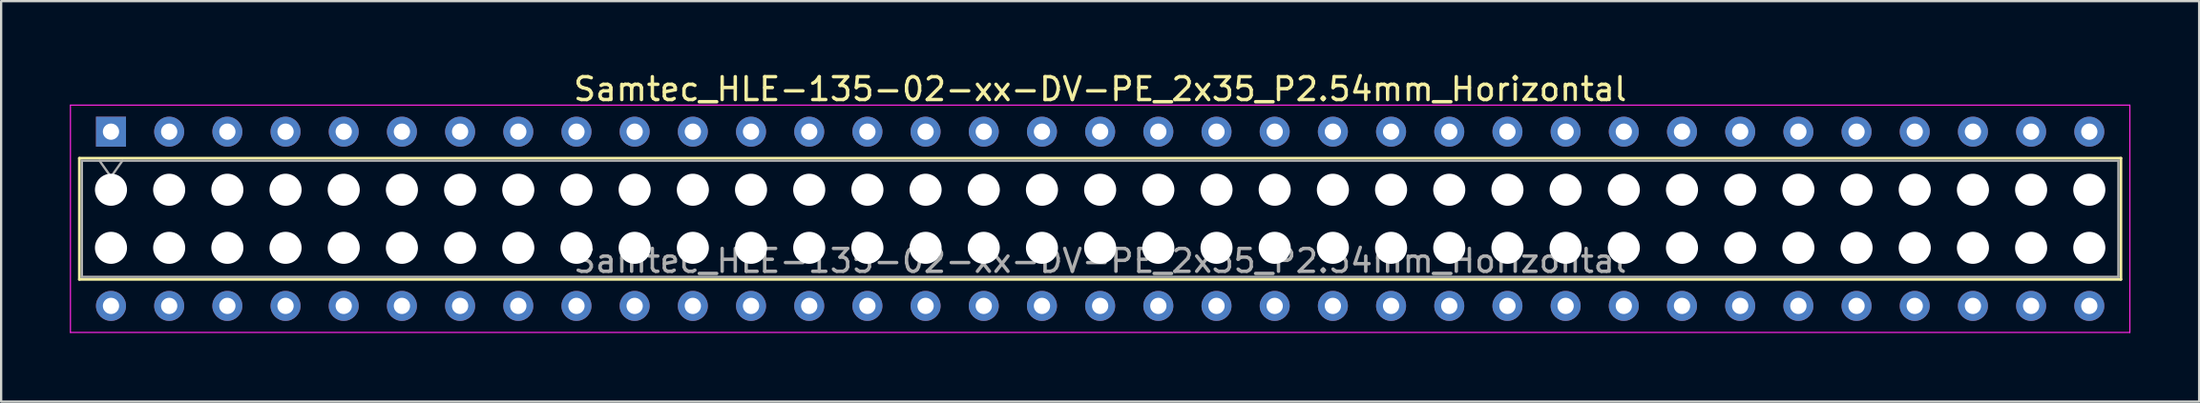
<source format=kicad_pcb>
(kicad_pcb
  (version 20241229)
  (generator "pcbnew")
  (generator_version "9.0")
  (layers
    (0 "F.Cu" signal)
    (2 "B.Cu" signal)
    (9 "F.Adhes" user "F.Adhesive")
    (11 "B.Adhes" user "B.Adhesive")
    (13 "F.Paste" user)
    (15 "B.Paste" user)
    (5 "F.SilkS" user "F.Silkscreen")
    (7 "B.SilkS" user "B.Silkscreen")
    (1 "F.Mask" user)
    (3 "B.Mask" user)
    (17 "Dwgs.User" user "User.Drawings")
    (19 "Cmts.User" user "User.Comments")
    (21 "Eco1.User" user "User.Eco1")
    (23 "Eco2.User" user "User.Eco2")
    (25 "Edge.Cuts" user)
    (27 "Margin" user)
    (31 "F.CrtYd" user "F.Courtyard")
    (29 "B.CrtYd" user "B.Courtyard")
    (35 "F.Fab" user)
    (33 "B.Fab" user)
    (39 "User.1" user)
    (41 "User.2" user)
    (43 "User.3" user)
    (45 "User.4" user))
  (footprint "Samtec_HLE-135-02-xx-DV-PE_2x35_P2.54mm_Horizontal"
    (layer "F.Cu")
    (at 1.795 2.708)
    (property "Reference" "Samtec_HLE-135-02-xx-DV-PE_2x35_P2.54mm_Horizontal" (at 43.18 -1.86 0) (layer "F.SilkS") (effects (font (size 1 1) (thickness 0.15))))
    (attr through_hole)
    (fp_line (start -1.38 1.16) (end 87.74 1.16) (stroke (width 0.12) (type solid)) (layer "F.SilkS"))
    (fp_line (start -1.38 6.46) (end -1.38 1.16) (stroke (width 0.12) (type solid)) (layer "F.SilkS"))
    (fp_line (start 87.74 1.16) (end 87.74 6.46) (stroke (width 0.12) (type solid)) (layer "F.SilkS"))
    (fp_line (start 87.74 6.46) (end -1.38 6.46) (stroke (width 0.12) (type solid)) (layer "F.SilkS"))
    (fp_line (start -1.77 -1.16) (end 88.13 -1.16) (stroke (width 0.05) (type solid)) (layer "F.CrtYd"))
    (fp_line (start -1.77 8.78) (end -1.77 -1.16) (stroke (width 0.05) (type solid)) (layer "F.CrtYd"))
    (fp_line (start 88.13 -1.16) (end 88.13 8.78) (stroke (width 0.05) (type solid)) (layer "F.CrtYd"))
    (fp_line (start 88.13 8.78) (end -1.77 8.78) (stroke (width 0.05) (type solid)) (layer "F.CrtYd"))
    (fp_line (start -1.27 1.27) (end 87.63 1.27) (stroke (width 0.1) (type solid)) (layer "F.Fab"))
    (fp_line (start -1.27 6.35) (end -1.27 1.27) (stroke (width 0.1) (type solid)) (layer "F.Fab"))
    (fp_line (start -0.5 1.27) (end 0 1.977) (stroke (width 0.1) (type solid)) (layer "F.Fab"))
    (fp_line (start 0 1.977) (end 0.5 1.27) (stroke (width 0.1) (type solid)) (layer "F.Fab"))
    (fp_line (start 87.63 1.27) (end 87.63 6.35) (stroke (width 0.1) (type solid)) (layer "F.Fab"))
    (fp_line (start 87.63 6.35) (end -1.27 6.35) (stroke (width 0.1) (type solid)) (layer "F.Fab"))
    (fp_text user "${REFERENCE}" (at 43.18 5.65 0) (layer "F.Fab") (effects (font (size 1 1) (thickness 0.15))))
    (pad "" np_thru_hole circle (at 0 2.54) (size 1.4 1.4) (drill 1.4) (layers "*.Cu" "*.Mask"))
    (pad "" np_thru_hole circle (at 0 5.08) (size 1.4 1.4) (drill 1.4) (layers "*.Cu" "*.Mask"))
    (pad "" np_thru_hole circle (at 2.54 2.54) (size 1.4 1.4) (drill 1.4) (layers "*.Cu" "*.Mask"))
    (pad "" np_thru_hole circle (at 2.54 5.08) (size 1.4 1.4) (drill 1.4) (layers "*.Cu" "*.Mask"))
    (pad "" np_thru_hole circle (at 5.08 2.54) (size 1.4 1.4) (drill 1.4) (layers "*.Cu" "*.Mask"))
    (pad "" np_thru_hole circle (at 5.08 5.08) (size 1.4 1.4) (drill 1.4) (layers "*.Cu" "*.Mask"))
    (pad "" np_thru_hole circle (at 7.62 2.54) (size 1.4 1.4) (drill 1.4) (layers "*.Cu" "*.Mask"))
    (pad "" np_thru_hole circle (at 7.62 5.08) (size 1.4 1.4) (drill 1.4) (layers "*.Cu" "*.Mask"))
    (pad "" np_thru_hole circle (at 10.16 2.54) (size 1.4 1.4) (drill 1.4) (layers "*.Cu" "*.Mask"))
    (pad "" np_thru_hole circle (at 10.16 5.08) (size 1.4 1.4) (drill 1.4) (layers "*.Cu" "*.Mask"))
    (pad "" np_thru_hole circle (at 12.7 2.54) (size 1.4 1.4) (drill 1.4) (layers "*.Cu" "*.Mask"))
    (pad "" np_thru_hole circle (at 12.7 5.08) (size 1.4 1.4) (drill 1.4) (layers "*.Cu" "*.Mask"))
    (pad "" np_thru_hole circle (at 15.24 2.54) (size 1.4 1.4) (drill 1.4) (layers "*.Cu" "*.Mask"))
    (pad "" np_thru_hole circle (at 15.24 5.08) (size 1.4 1.4) (drill 1.4) (layers "*.Cu" "*.Mask"))
    (pad "" np_thru_hole circle (at 17.78 2.54) (size 1.4 1.4) (drill 1.4) (layers "*.Cu" "*.Mask"))
    (pad "" np_thru_hole circle (at 17.78 5.08) (size 1.4 1.4) (drill 1.4) (layers "*.Cu" "*.Mask"))
    (pad "" np_thru_hole circle (at 20.32 2.54) (size 1.4 1.4) (drill 1.4) (layers "*.Cu" "*.Mask"))
    (pad "" np_thru_hole circle (at 20.32 5.08) (size 1.4 1.4) (drill 1.4) (layers "*.Cu" "*.Mask"))
    (pad "" np_thru_hole circle (at 22.86 2.54) (size 1.4 1.4) (drill 1.4) (layers "*.Cu" "*.Mask"))
    (pad "" np_thru_hole circle (at 22.86 5.08) (size 1.4 1.4) (drill 1.4) (layers "*.Cu" "*.Mask"))
    (pad "" np_thru_hole circle (at 25.4 2.54) (size 1.4 1.4) (drill 1.4) (layers "*.Cu" "*.Mask"))
    (pad "" np_thru_hole circle (at 25.4 5.08) (size 1.4 1.4) (drill 1.4) (layers "*.Cu" "*.Mask"))
    (pad "" np_thru_hole circle (at 27.94 2.54) (size 1.4 1.4) (drill 1.4) (layers "*.Cu" "*.Mask"))
    (pad "" np_thru_hole circle (at 27.94 5.08) (size 1.4 1.4) (drill 1.4) (layers "*.Cu" "*.Mask"))
    (pad "" np_thru_hole circle (at 30.48 2.54) (size 1.4 1.4) (drill 1.4) (layers "*.Cu" "*.Mask"))
    (pad "" np_thru_hole circle (at 30.48 5.08) (size 1.4 1.4) (drill 1.4) (layers "*.Cu" "*.Mask"))
    (pad "" np_thru_hole circle (at 33.02 2.54) (size 1.4 1.4) (drill 1.4) (layers "*.Cu" "*.Mask"))
    (pad "" np_thru_hole circle (at 33.02 5.08) (size 1.4 1.4) (drill 1.4) (layers "*.Cu" "*.Mask"))
    (pad "" np_thru_hole circle (at 35.56 2.54) (size 1.4 1.4) (drill 1.4) (layers "*.Cu" "*.Mask"))
    (pad "" np_thru_hole circle (at 35.56 5.08) (size 1.4 1.4) (drill 1.4) (layers "*.Cu" "*.Mask"))
    (pad "" np_thru_hole circle (at 38.1 2.54) (size 1.4 1.4) (drill 1.4) (layers "*.Cu" "*.Mask"))
    (pad "" np_thru_hole circle (at 38.1 5.08) (size 1.4 1.4) (drill 1.4) (layers "*.Cu" "*.Mask"))
    (pad "" np_thru_hole circle (at 40.64 2.54) (size 1.4 1.4) (drill 1.4) (layers "*.Cu" "*.Mask"))
    (pad "" np_thru_hole circle (at 40.64 5.08) (size 1.4 1.4) (drill 1.4) (layers "*.Cu" "*.Mask"))
    (pad "" np_thru_hole circle (at 43.18 2.54) (size 1.4 1.4) (drill 1.4) (layers "*.Cu" "*.Mask"))
    (pad "" np_thru_hole circle (at 43.18 5.08) (size 1.4 1.4) (drill 1.4) (layers "*.Cu" "*.Mask"))
    (pad "" np_thru_hole circle (at 45.72 2.54) (size 1.4 1.4) (drill 1.4) (layers "*.Cu" "*.Mask"))
    (pad "" np_thru_hole circle (at 45.72 5.08) (size 1.4 1.4) (drill 1.4) (layers "*.Cu" "*.Mask"))
    (pad "" np_thru_hole circle (at 48.26 2.54) (size 1.4 1.4) (drill 1.4) (layers "*.Cu" "*.Mask"))
    (pad "" np_thru_hole circle (at 48.26 5.08) (size 1.4 1.4) (drill 1.4) (layers "*.Cu" "*.Mask"))
    (pad "" np_thru_hole circle (at 50.8 2.54) (size 1.4 1.4) (drill 1.4) (layers "*.Cu" "*.Mask"))
    (pad "" np_thru_hole circle (at 50.8 5.08) (size 1.4 1.4) (drill 1.4) (layers "*.Cu" "*.Mask"))
    (pad "" np_thru_hole circle (at 53.34 2.54) (size 1.4 1.4) (drill 1.4) (layers "*.Cu" "*.Mask"))
    (pad "" np_thru_hole circle (at 53.34 5.08) (size 1.4 1.4) (drill 1.4) (layers "*.Cu" "*.Mask"))
    (pad "" np_thru_hole circle (at 55.88 2.54) (size 1.4 1.4) (drill 1.4) (layers "*.Cu" "*.Mask"))
    (pad "" np_thru_hole circle (at 55.88 5.08) (size 1.4 1.4) (drill 1.4) (layers "*.Cu" "*.Mask"))
    (pad "" np_thru_hole circle (at 58.42 2.54) (size 1.4 1.4) (drill 1.4) (layers "*.Cu" "*.Mask"))
    (pad "" np_thru_hole circle (at 58.42 5.08) (size 1.4 1.4) (drill 1.4) (layers "*.Cu" "*.Mask"))
    (pad "" np_thru_hole circle (at 60.96 2.54) (size 1.4 1.4) (drill 1.4) (layers "*.Cu" "*.Mask"))
    (pad "" np_thru_hole circle (at 60.96 5.08) (size 1.4 1.4) (drill 1.4) (layers "*.Cu" "*.Mask"))
    (pad "" np_thru_hole circle (at 63.5 2.54) (size 1.4 1.4) (drill 1.4) (layers "*.Cu" "*.Mask"))
    (pad "" np_thru_hole circle (at 63.5 5.08) (size 1.4 1.4) (drill 1.4) (layers "*.Cu" "*.Mask"))
    (pad "" np_thru_hole circle (at 66.04 2.54) (size 1.4 1.4) (drill 1.4) (layers "*.Cu" "*.Mask"))
    (pad "" np_thru_hole circle (at 66.04 5.08) (size 1.4 1.4) (drill 1.4) (layers "*.Cu" "*.Mask"))
    (pad "" np_thru_hole circle (at 68.58 2.54) (size 1.4 1.4) (drill 1.4) (layers "*.Cu" "*.Mask"))
    (pad "" np_thru_hole circle (at 68.58 5.08) (size 1.4 1.4) (drill 1.4) (layers "*.Cu" "*.Mask"))
    (pad "" np_thru_hole circle (at 71.12 2.54) (size 1.4 1.4) (drill 1.4) (layers "*.Cu" "*.Mask"))
    (pad "" np_thru_hole circle (at 71.12 5.08) (size 1.4 1.4) (drill 1.4) (layers "*.Cu" "*.Mask"))
    (pad "" np_thru_hole circle (at 73.66 2.54) (size 1.4 1.4) (drill 1.4) (layers "*.Cu" "*.Mask"))
    (pad "" np_thru_hole circle (at 73.66 5.08) (size 1.4 1.4) (drill 1.4) (layers "*.Cu" "*.Mask"))
    (pad "" np_thru_hole circle (at 76.2 2.54) (size 1.4 1.4) (drill 1.4) (layers "*.Cu" "*.Mask"))
    (pad "" np_thru_hole circle (at 76.2 5.08) (size 1.4 1.4) (drill 1.4) (layers "*.Cu" "*.Mask"))
    (pad "" np_thru_hole circle (at 78.74 2.54) (size 1.4 1.4) (drill 1.4) (layers "*.Cu" "*.Mask"))
    (pad "" np_thru_hole circle (at 78.74 5.08) (size 1.4 1.4) (drill 1.4) (layers "*.Cu" "*.Mask"))
    (pad "" np_thru_hole circle (at 81.28 2.54) (size 1.4 1.4) (drill 1.4) (layers "*.Cu" "*.Mask"))
    (pad "" np_thru_hole circle (at 81.28 5.08) (size 1.4 1.4) (drill 1.4) (layers "*.Cu" "*.Mask"))
    (pad "" np_thru_hole circle (at 83.82 2.54) (size 1.4 1.4) (drill 1.4) (layers "*.Cu" "*.Mask"))
    (pad "" np_thru_hole circle (at 83.82 5.08) (size 1.4 1.4) (drill 1.4) (layers "*.Cu" "*.Mask"))
    (pad "" np_thru_hole circle (at 86.36 2.54) (size 1.4 1.4) (drill 1.4) (layers "*.Cu" "*.Mask"))
    (pad "" np_thru_hole circle (at 86.36 5.08) (size 1.4 1.4) (drill 1.4) (layers "*.Cu" "*.Mask"))
    (pad "1" thru_hole rect (at 0 0) (size 1.31 1.31) (drill 0.71) (layers "*.Cu" "*.Mask"))
    (pad "2" thru_hole circle (at 0 7.62) (size 1.31 1.31) (drill 0.71) (layers "*.Cu" "*.Mask"))
    (pad "3" thru_hole circle (at 2.54 0) (size 1.31 1.31) (drill 0.71) (layers "*.Cu" "*.Mask"))
    (pad "4" thru_hole circle (at 2.54 7.62) (size 1.31 1.31) (drill 0.71) (layers "*.Cu" "*.Mask"))
    (pad "5" thru_hole circle (at 5.08 0) (size 1.31 1.31) (drill 0.71) (layers "*.Cu" "*.Mask"))
    (pad "6" thru_hole circle (at 5.08 7.62) (size 1.31 1.31) (drill 0.71) (layers "*.Cu" "*.Mask"))
    (pad "7" thru_hole circle (at 7.62 0) (size 1.31 1.31) (drill 0.71) (layers "*.Cu" "*.Mask"))
    (pad "8" thru_hole circle (at 7.62 7.62) (size 1.31 1.31) (drill 0.71) (layers "*.Cu" "*.Mask"))
    (pad "9" thru_hole circle (at 10.16 0) (size 1.31 1.31) (drill 0.71) (layers "*.Cu" "*.Mask"))
    (pad "10" thru_hole circle (at 10.16 7.62) (size 1.31 1.31) (drill 0.71) (layers "*.Cu" "*.Mask"))
    (pad "11" thru_hole circle (at 12.7 0) (size 1.31 1.31) (drill 0.71) (layers "*.Cu" "*.Mask"))
    (pad "12" thru_hole circle (at 12.7 7.62) (size 1.31 1.31) (drill 0.71) (layers "*.Cu" "*.Mask"))
    (pad "13" thru_hole circle (at 15.24 0) (size 1.31 1.31) (drill 0.71) (layers "*.Cu" "*.Mask"))
    (pad "14" thru_hole circle (at 15.24 7.62) (size 1.31 1.31) (drill 0.71) (layers "*.Cu" "*.Mask"))
    (pad "15" thru_hole circle (at 17.78 0) (size 1.31 1.31) (drill 0.71) (layers "*.Cu" "*.Mask"))
    (pad "16" thru_hole circle (at 17.78 7.62) (size 1.31 1.31) (drill 0.71) (layers "*.Cu" "*.Mask"))
    (pad "17" thru_hole circle (at 20.32 0) (size 1.31 1.31) (drill 0.71) (layers "*.Cu" "*.Mask"))
    (pad "18" thru_hole circle (at 20.32 7.62) (size 1.31 1.31) (drill 0.71) (layers "*.Cu" "*.Mask"))
    (pad "19" thru_hole circle (at 22.86 0) (size 1.31 1.31) (drill 0.71) (layers "*.Cu" "*.Mask"))
    (pad "20" thru_hole circle (at 22.86 7.62) (size 1.31 1.31) (drill 0.71) (layers "*.Cu" "*.Mask"))
    (pad "21" thru_hole circle (at 25.4 0) (size 1.31 1.31) (drill 0.71) (layers "*.Cu" "*.Mask"))
    (pad "22" thru_hole circle (at 25.4 7.62) (size 1.31 1.31) (drill 0.71) (layers "*.Cu" "*.Mask"))
    (pad "23" thru_hole circle (at 27.94 0) (size 1.31 1.31) (drill 0.71) (layers "*.Cu" "*.Mask"))
    (pad "24" thru_hole circle (at 27.94 7.62) (size 1.31 1.31) (drill 0.71) (layers "*.Cu" "*.Mask"))
    (pad "25" thru_hole circle (at 30.48 0) (size 1.31 1.31) (drill 0.71) (layers "*.Cu" "*.Mask"))
    (pad "26" thru_hole circle (at 30.48 7.62) (size 1.31 1.31) (drill 0.71) (layers "*.Cu" "*.Mask"))
    (pad "27" thru_hole circle (at 33.02 0) (size 1.31 1.31) (drill 0.71) (layers "*.Cu" "*.Mask"))
    (pad "28" thru_hole circle (at 33.02 7.62) (size 1.31 1.31) (drill 0.71) (layers "*.Cu" "*.Mask"))
    (pad "29" thru_hole circle (at 35.56 0) (size 1.31 1.31) (drill 0.71) (layers "*.Cu" "*.Mask"))
    (pad "30" thru_hole circle (at 35.56 7.62) (size 1.31 1.31) (drill 0.71) (layers "*.Cu" "*.Mask"))
    (pad "31" thru_hole circle (at 38.1 0) (size 1.31 1.31) (drill 0.71) (layers "*.Cu" "*.Mask"))
    (pad "32" thru_hole circle (at 38.1 7.62) (size 1.31 1.31) (drill 0.71) (layers "*.Cu" "*.Mask"))
    (pad "33" thru_hole circle (at 40.64 0) (size 1.31 1.31) (drill 0.71) (layers "*.Cu" "*.Mask"))
    (pad "34" thru_hole circle (at 40.64 7.62) (size 1.31 1.31) (drill 0.71) (layers "*.Cu" "*.Mask"))
    (pad "35" thru_hole circle (at 43.18 0) (size 1.31 1.31) (drill 0.71) (layers "*.Cu" "*.Mask"))
    (pad "36" thru_hole circle (at 43.18 7.62) (size 1.31 1.31) (drill 0.71) (layers "*.Cu" "*.Mask"))
    (pad "37" thru_hole circle (at 45.72 0) (size 1.31 1.31) (drill 0.71) (layers "*.Cu" "*.Mask"))
    (pad "38" thru_hole circle (at 45.72 7.62) (size 1.31 1.31) (drill 0.71) (layers "*.Cu" "*.Mask"))
    (pad "39" thru_hole circle (at 48.26 0) (size 1.31 1.31) (drill 0.71) (layers "*.Cu" "*.Mask"))
    (pad "40" thru_hole circle (at 48.26 7.62) (size 1.31 1.31) (drill 0.71) (layers "*.Cu" "*.Mask"))
    (pad "41" thru_hole circle (at 50.8 0) (size 1.31 1.31) (drill 0.71) (layers "*.Cu" "*.Mask"))
    (pad "42" thru_hole circle (at 50.8 7.62) (size 1.31 1.31) (drill 0.71) (layers "*.Cu" "*.Mask"))
    (pad "43" thru_hole circle (at 53.34 0) (size 1.31 1.31) (drill 0.71) (layers "*.Cu" "*.Mask"))
    (pad "44" thru_hole circle (at 53.34 7.62) (size 1.31 1.31) (drill 0.71) (layers "*.Cu" "*.Mask"))
    (pad "45" thru_hole circle (at 55.88 0) (size 1.31 1.31) (drill 0.71) (layers "*.Cu" "*.Mask"))
    (pad "46" thru_hole circle (at 55.88 7.62) (size 1.31 1.31) (drill 0.71) (layers "*.Cu" "*.Mask"))
    (pad "47" thru_hole circle (at 58.42 0) (size 1.31 1.31) (drill 0.71) (layers "*.Cu" "*.Mask"))
    (pad "48" thru_hole circle (at 58.42 7.62) (size 1.31 1.31) (drill 0.71) (layers "*.Cu" "*.Mask"))
    (pad "49" thru_hole circle (at 60.96 0) (size 1.31 1.31) (drill 0.71) (layers "*.Cu" "*.Mask"))
    (pad "50" thru_hole circle (at 60.96 7.62) (size 1.31 1.31) (drill 0.71) (layers "*.Cu" "*.Mask"))
    (pad "51" thru_hole circle (at 63.5 0) (size 1.31 1.31) (drill 0.71) (layers "*.Cu" "*.Mask"))
    (pad "52" thru_hole circle (at 63.5 7.62) (size 1.31 1.31) (drill 0.71) (layers "*.Cu" "*.Mask"))
    (pad "53" thru_hole circle (at 66.04 0) (size 1.31 1.31) (drill 0.71) (layers "*.Cu" "*.Mask"))
    (pad "54" thru_hole circle (at 66.04 7.62) (size 1.31 1.31) (drill 0.71) (layers "*.Cu" "*.Mask"))
    (pad "55" thru_hole circle (at 68.58 0) (size 1.31 1.31) (drill 0.71) (layers "*.Cu" "*.Mask"))
    (pad "56" thru_hole circle (at 68.58 7.62) (size 1.31 1.31) (drill 0.71) (layers "*.Cu" "*.Mask"))
    (pad "57" thru_hole circle (at 71.12 0) (size 1.31 1.31) (drill 0.71) (layers "*.Cu" "*.Mask"))
    (pad "58" thru_hole circle (at 71.12 7.62) (size 1.31 1.31) (drill 0.71) (layers "*.Cu" "*.Mask"))
    (pad "59" thru_hole circle (at 73.66 0) (size 1.31 1.31) (drill 0.71) (layers "*.Cu" "*.Mask"))
    (pad "60" thru_hole circle (at 73.66 7.62) (size 1.31 1.31) (drill 0.71) (layers "*.Cu" "*.Mask"))
    (pad "61" thru_hole circle (at 76.2 0) (size 1.31 1.31) (drill 0.71) (layers "*.Cu" "*.Mask"))
    (pad "62" thru_hole circle (at 76.2 7.62) (size 1.31 1.31) (drill 0.71) (layers "*.Cu" "*.Mask"))
    (pad "63" thru_hole circle (at 78.74 0) (size 1.31 1.31) (drill 0.71) (layers "*.Cu" "*.Mask"))
    (pad "64" thru_hole circle (at 78.74 7.62) (size 1.31 1.31) (drill 0.71) (layers "*.Cu" "*.Mask"))
    (pad "65" thru_hole circle (at 81.28 0) (size 1.31 1.31) (drill 0.71) (layers "*.Cu" "*.Mask"))
    (pad "66" thru_hole circle (at 81.28 7.62) (size 1.31 1.31) (drill 0.71) (layers "*.Cu" "*.Mask"))
    (pad "67" thru_hole circle (at 83.82 0) (size 1.31 1.31) (drill 0.71) (layers "*.Cu" "*.Mask"))
    (pad "68" thru_hole circle (at 83.82 7.62) (size 1.31 1.31) (drill 0.71) (layers "*.Cu" "*.Mask"))
    (pad "69" thru_hole circle (at 86.36 0) (size 1.31 1.31) (drill 0.71) (layers "*.Cu" "*.Mask"))
    (pad "70" thru_hole circle (at 86.36 7.62) (size 1.31 1.31) (drill 0.71) (layers "*.Cu" "*.Mask")))
  (gr_rect
    (start -3 -3)
    (end 92.95 14.513)
    (stroke (width 0.1) (type default))
    (fill no)
    (layer "Edge.Cuts")))
</source>
